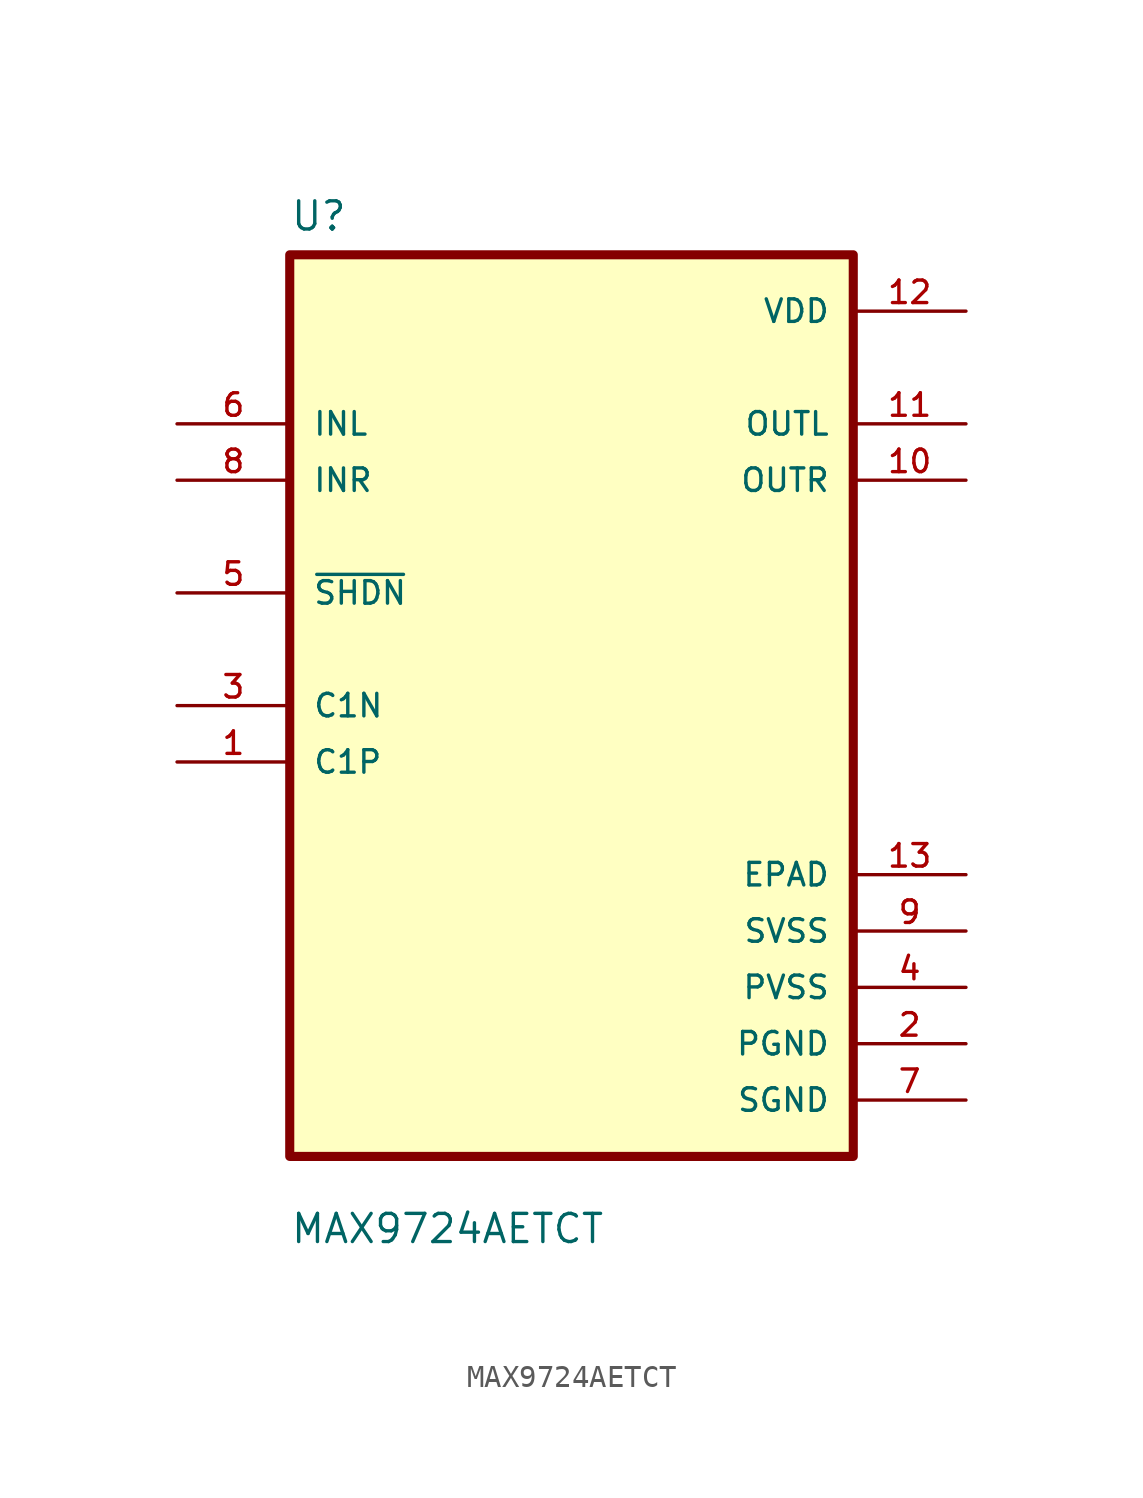
<source format=kicad_sym>
(kicad_symbol_lib
  (version 20211014)
  (generator kicad_symbol_editor)
  (symbol "MAX9724AETCT"
    (pin_names
      (offset 1.016))
    (property "Reference" "U"
      (at -12.7 21.32 0.0)
      (effects (font (size 1.27 1.27)) (justify bottom left)))
    (property "Value" "MAX9724AETCT"
      (at -12.7 -24.32 0.0)
      (effects (font (size 1.27 1.27)) (justify bottom left)))
    (symbol "MAX9724AETCT_0_0"
      (rectangle (start -12.7 -20.32) (end 12.7 20.32) (stroke (width 0.41)) (fill (type background)))
      (pin input line (at -17.78 12.7 0) (length 5.08) (name "INL" (effects (font (size 1.016 1.016)))) (number "6" (effects (font (size 1.016 1.016)))))
      (pin input line (at -17.78 10.16 0) (length 5.08) (name "INR" (effects (font (size 1.016 1.016)))) (number "8" (effects (font (size 1.016 1.016)))))
      (pin bidirectional line (at -17.78 5.08 0) (length 5.08) (name "~{SHDN}" (effects (font (size 1.016 1.016)))) (number "5" (effects (font (size 1.016 1.016)))))
      (pin bidirectional line (at -17.78 0.0 0) (length 5.08) (name "C1N" (effects (font (size 1.016 1.016)))) (number "3" (effects (font (size 1.016 1.016)))))
      (pin bidirectional line (at -17.78 -2.54 0) (length 5.08) (name "C1P" (effects (font (size 1.016 1.016)))) (number "1" (effects (font (size 1.016 1.016)))))
      (pin power_in line (at 17.78 17.78 180.0) (length 5.08) (name "VDD" (effects (font (size 1.016 1.016)))) (number "12" (effects (font (size 1.016 1.016)))))
      (pin output line (at 17.78 12.7 180.0) (length 5.08) (name "OUTL" (effects (font (size 1.016 1.016)))) (number "11" (effects (font (size 1.016 1.016)))))
      (pin output line (at 17.78 10.16 180.0) (length 5.08) (name "OUTR" (effects (font (size 1.016 1.016)))) (number "10" (effects (font (size 1.016 1.016)))))
      (pin power_in line (at 17.78 -7.62 180.0) (length 5.08) (name "EPAD" (effects (font (size 1.016 1.016)))) (number "13" (effects (font (size 1.016 1.016)))))
      (pin power_in line (at 17.78 -10.16 180.0) (length 5.08) (name "SVSS" (effects (font (size 1.016 1.016)))) (number "9" (effects (font (size 1.016 1.016)))))
      (pin power_in line (at 17.78 -12.7 180.0) (length 5.08) (name "PVSS" (effects (font (size 1.016 1.016)))) (number "4" (effects (font (size 1.016 1.016)))))
      (pin power_in line (at 17.78 -15.24 180.0) (length 5.08) (name "PGND" (effects (font (size 1.016 1.016)))) (number "2" (effects (font (size 1.016 1.016)))))
      (pin power_in line (at 17.78 -17.78 180.0) (length 5.08) (name "SGND" (effects (font (size 1.016 1.016)))) (number "7" (effects (font (size 1.016 1.016))))))))
</source>
